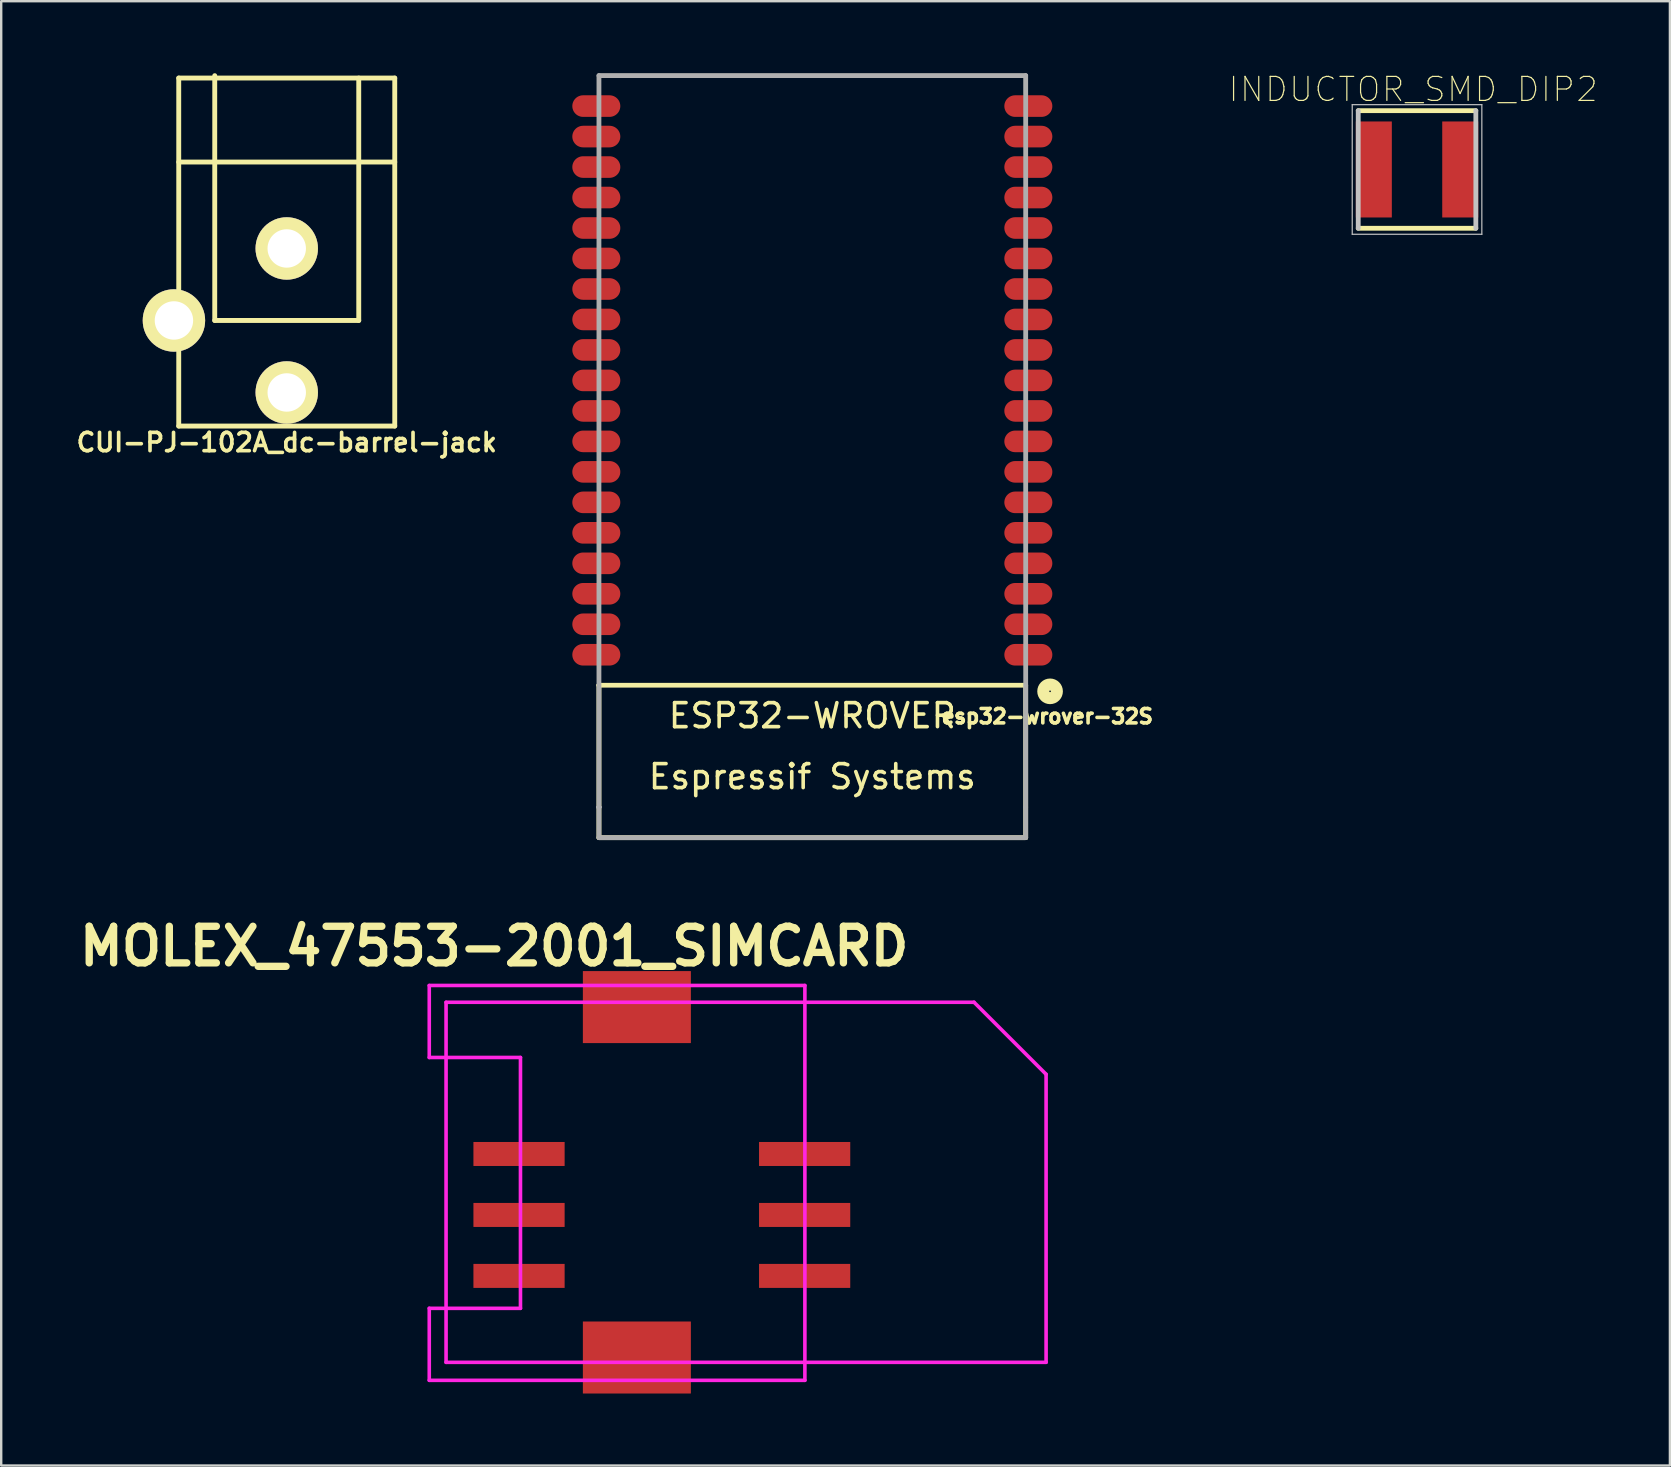
<source format=kicad_pcb>
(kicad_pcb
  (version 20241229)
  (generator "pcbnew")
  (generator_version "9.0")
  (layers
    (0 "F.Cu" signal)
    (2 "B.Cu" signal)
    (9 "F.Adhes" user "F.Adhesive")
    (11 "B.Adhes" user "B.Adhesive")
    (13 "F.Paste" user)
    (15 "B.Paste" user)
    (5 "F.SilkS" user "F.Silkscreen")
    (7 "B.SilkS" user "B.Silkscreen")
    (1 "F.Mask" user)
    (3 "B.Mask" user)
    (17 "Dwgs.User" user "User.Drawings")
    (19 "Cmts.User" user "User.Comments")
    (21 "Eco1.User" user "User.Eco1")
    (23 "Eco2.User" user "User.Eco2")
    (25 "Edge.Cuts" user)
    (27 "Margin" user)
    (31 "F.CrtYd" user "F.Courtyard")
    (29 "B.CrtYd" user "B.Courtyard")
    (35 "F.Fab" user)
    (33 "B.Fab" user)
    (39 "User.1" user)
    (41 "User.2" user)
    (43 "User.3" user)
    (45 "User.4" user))
  (footprint "MOLEX_47553-2001_SIMCARD"
    (layer "F.Cu")
    (at 14.835 38.01)
    (property "Reference" "MOLEX_47553-2001_SIMCARD" (at 2.705 -1.633 0) (layer "F.SilkS") (effects (font (size 1.524 1.524) (thickness 0.305))))
    (attr through_hole)
    (fp_line (start 0 0) (end 0 3) (stroke (width 0.15) (type solid)) (layer "F.CrtYd"))
    (fp_line (start 0 3) (end 3.8 3) (stroke (width 0.15) (type solid)) (layer "F.CrtYd"))
    (fp_line (start 0 13.45) (end 0 16.45) (stroke (width 0.15) (type solid)) (layer "F.CrtYd"))
    (fp_line (start 0 16.45) (end 15.65 16.45) (stroke (width 0.15) (type solid)) (layer "F.CrtYd"))
    (fp_line (start 0.7 0.7) (end 22.7 0.7) (stroke (width 0.15) (type solid)) (layer "F.CrtYd"))
    (fp_line (start 0.7 15.701) (end 0.7 0.7) (stroke (width 0.15) (type solid)) (layer "F.CrtYd"))
    (fp_line (start 3.8 3) (end 3.8 13.45) (stroke (width 0.15) (type solid)) (layer "F.CrtYd"))
    (fp_line (start 3.8 13.45) (end 0 13.45) (stroke (width 0.15) (type solid)) (layer "F.CrtYd"))
    (fp_line (start 15.65 0) (end 0 0) (stroke (width 0.15) (type solid)) (layer "F.CrtYd"))
    (fp_line (start 15.65 16.45) (end 15.65 0) (stroke (width 0.15) (type solid)) (layer "F.CrtYd"))
    (fp_line (start 25.7 3.7) (end 22.698 0.698) (stroke (width 0.15) (type solid)) (layer "F.CrtYd"))
    (fp_line (start 25.7 3.7) (end 25.7 15.699) (stroke (width 0.15) (type solid)) (layer "F.CrtYd"))
    (fp_line (start 25.7 15.7) (end 0.7 15.701) (stroke (width 0.15) (type solid)) (layer "F.CrtYd"))
    (pad "" smd rect (at 8.65 0.9) (size 4.5 3) (layers "F.Cu" "F.Mask" "F.Paste"))
    (pad "" smd rect (at 8.65 15.5) (size 4.5 3) (layers "F.Cu" "F.Mask" "F.Paste"))
    (pad "1" smd rect (at 3.74 12.1) (size 3.8 1) (layers "F.Cu" "F.Mask" "F.Paste"))
    (pad "2" smd rect (at 3.74 9.56) (size 3.8 1) (layers "F.Cu" "F.Mask" "F.Paste"))
    (pad "3" smd rect (at 3.74 7.02) (size 3.8 1) (layers "F.Cu" "F.Mask" "F.Paste"))
    (pad "4" smd rect (at 15.64 12.1) (size 3.8 1) (layers "F.Cu" "F.Mask" "F.Paste"))
    (pad "5" smd rect (at 15.64 9.56) (size 3.8 1) (layers "F.Cu" "F.Mask" "F.Paste"))
    (pad "6" smd rect (at 15.64 7.02) (size 3.8 1) (layers "F.Cu" "F.Mask" "F.Paste")))
  (footprint "esp32-wrover-32S"
    (layer "F.Cu")
    (at 30.795 14.07)
    (property "Reference" "esp32-wrover-32S" (at 9.789 12.728 0) (layer "F.SilkS") (effects (font (size 0.6 0.6) (thickness 0.15))))
    (attr through_hole)
    (fp_line (start -8.89 -13.97) (end 8.89 -13.97) (stroke (width 0.15) (type solid)) (layer "F.SilkS"))
    (fp_line (start -8.89 -13.208) (end -8.89 -13.97) (stroke (width 0.15) (type solid)) (layer "F.SilkS"))
    (fp_line (start -8.89 11.43) (end -8.89 11.43) (stroke (width 0.2) (type solid)) (layer "F.SilkS"))
    (fp_line (start -8.89 11.43) (end -8.89 11.43) (stroke (width 0.2) (type solid)) (layer "F.SilkS"))
    (fp_line (start -8.89 11.43) (end 8.89 11.43) (stroke (width 0.2) (type solid)) (layer "F.SilkS"))
    (fp_line (start -8.89 17.78) (end -8.89 11.43) (stroke (width 0.2) (type solid)) (layer "F.SilkS"))
    (fp_line (start 8.89 -13.97) (end 8.89 -13.208) (stroke (width 0.15) (type solid)) (layer "F.SilkS"))
    (fp_line (start 8.89 11.43) (end 8.89 17.78) (stroke (width 0.2) (type solid)) (layer "F.SilkS"))
    (fp_line (start 8.89 17.78) (end -8.89 17.78) (stroke (width 0.2) (type solid)) (layer "F.SilkS"))
    (fp_circle (center 9.906 11.684) (end 10.033 11.938) (stroke (width 0.5) (type solid)) (fill no) (layer "F.SilkS"))
    (fp_line (start -8.89 -13.97) (end -8.89 16.51) (stroke (width 0.2) (type solid)) (layer "F.Fab"))
    (fp_line (start -8.89 16.51) (end -8.89 16.51) (stroke (width 0.2) (type solid)) (layer "F.Fab"))
    (fp_line (start -8.89 16.51) (end -8.89 16.51) (stroke (width 0.2) (type solid)) (layer "F.Fab"))
    (fp_line (start -8.89 16.51) (end -8.89 16.51) (stroke (width 0.2) (type solid)) (layer "F.Fab"))
    (fp_line (start -8.89 16.51) (end -8.89 16.51) (stroke (width 0.2) (type solid)) (layer "F.Fab"))
    (fp_line (start -8.89 16.51) (end -8.89 16.51) (stroke (width 0.2) (type solid)) (layer "F.Fab"))
    (fp_line (start -8.89 17.78) (end -8.89 16.51) (stroke (width 0.2) (type solid)) (layer "F.Fab"))
    (fp_line (start 8.89 -13.97) (end -8.89 -13.97) (stroke (width 0.2) (type solid)) (layer "F.Fab"))
    (fp_line (start 8.89 16.51) (end 8.89 -13.97) (stroke (width 0.2) (type solid)) (layer "F.Fab"))
    (fp_line (start 8.89 16.51) (end 8.89 17.78) (stroke (width 0.2) (type solid)) (layer "F.Fab"))
    (fp_line (start 8.89 17.78) (end -8.89 17.78) (stroke (width 0.2) (type solid)) (layer "F.Fab"))
    (fp_text user "ESP32-WROVER" (at 0 12.7 0) (layer "F.SilkS") (effects (font (size 1 1) (thickness 0.15))))
    (fp_text user "Espressif Systems" (at 0 15.24 0) (layer "F.SilkS") (effects (font (size 1 1) (thickness 0.15))))
    (pad "1" smd oval (at 9 10.16) (size 2 0.9) (layers "F.Cu" "F.Mask" "F.Paste"))
    (pad "2" smd oval (at 9 8.89) (size 2 0.9) (layers "F.Cu" "F.Mask" "F.Paste"))
    (pad "3" smd oval (at 9 7.62) (size 2 0.9) (layers "F.Cu" "F.Mask" "F.Paste"))
    (pad "4" smd oval (at 9 6.35) (size 2 0.9) (layers "F.Cu" "F.Mask" "F.Paste"))
    (pad "5" smd oval (at 9 5.08) (size 2 0.9) (layers "F.Cu" "F.Mask" "F.Paste"))
    (pad "6" smd oval (at 9 3.81) (size 2 0.9) (layers "F.Cu" "F.Mask" "F.Paste"))
    (pad "7" smd oval (at 9 2.54) (size 2 0.9) (layers "F.Cu" "F.Mask" "F.Paste"))
    (pad "8" smd oval (at 9 1.27) (size 2 0.9) (layers "F.Cu" "F.Mask" "F.Paste"))
    (pad "9" smd oval (at 9 0) (size 2 0.9) (layers "F.Cu" "F.Mask" "F.Paste"))
    (pad "10" smd oval (at 9 -1.27) (size 2 0.9) (layers "F.Cu" "F.Mask" "F.Paste"))
    (pad "11" smd oval (at 9 -2.54) (size 2 0.9) (layers "F.Cu" "F.Mask" "F.Paste"))
    (pad "12" smd oval (at 9 -3.81) (size 2 0.9) (layers "F.Cu" "F.Mask" "F.Paste"))
    (pad "13" smd oval (at 9 -5.08) (size 2 0.9) (layers "F.Cu" "F.Mask" "F.Paste"))
    (pad "14" smd oval (at 9 -6.35) (size 2 0.9) (layers "F.Cu" "F.Mask" "F.Paste"))
    (pad "15" smd oval (at 9 -7.62) (size 2 0.9) (layers "F.Cu" "F.Mask" "F.Paste"))
    (pad "16" smd oval (at 9 -8.89) (size 2 0.9) (layers "F.Cu" "F.Mask" "F.Paste"))
    (pad "17" smd oval (at 9 -10.16) (size 2 0.9) (layers "F.Cu" "F.Mask" "F.Paste"))
    (pad "18" smd oval (at 9 -11.43) (size 2 0.9) (layers "F.Cu" "F.Mask" "F.Paste"))
    (pad "19" smd oval (at 9 -12.7) (size 2 0.9) (layers "F.Cu" "F.Mask" "F.Paste"))
    (pad "20" smd oval (at -9 -12.7) (size 2 0.9) (layers "F.Cu" "F.Mask" "F.Paste"))
    (pad "21" smd oval (at -9 -11.43) (size 2 0.9) (layers "F.Cu" "F.Mask" "F.Paste"))
    (pad "22" smd oval (at -9 -10.16) (size 2 0.9) (layers "F.Cu" "F.Mask" "F.Paste"))
    (pad "23" smd oval (at -9 -8.89) (size 2 0.9) (layers "F.Cu" "F.Mask" "F.Paste"))
    (pad "24" smd oval (at -9 -7.62) (size 2 0.9) (layers "F.Cu" "F.Mask" "F.Paste"))
    (pad "25" smd oval (at -9 -6.35) (size 2 0.9) (layers "F.Cu" "F.Mask" "F.Paste"))
    (pad "26" smd oval (at -9 -5.08) (size 2 0.9) (layers "F.Cu" "F.Mask" "F.Paste"))
    (pad "27" smd oval (at -9 -3.81) (size 2 0.9) (layers "F.Cu" "F.Mask" "F.Paste"))
    (pad "28" smd oval (at -9 -2.54) (size 2 0.9) (layers "F.Cu" "F.Mask" "F.Paste"))
    (pad "29" smd oval (at -9 -1.27) (size 2 0.9) (layers "F.Cu" "F.Mask" "F.Paste"))
    (pad "30" smd oval (at -9 0) (size 2 0.9) (layers "F.Cu" "F.Mask" "F.Paste"))
    (pad "31" smd oval (at -9 1.27) (size 2 0.9) (layers "F.Cu" "F.Mask" "F.Paste"))
    (pad "32" smd oval (at -9 2.54) (size 2 0.9) (layers "F.Cu" "F.Mask" "F.Paste"))
    (pad "33" smd oval (at -9 3.81) (size 2 0.9) (layers "F.Cu" "F.Mask" "F.Paste"))
    (pad "34" smd oval (at -9 5.08) (size 2 0.9) (layers "F.Cu" "F.Mask" "F.Paste"))
    (pad "35" smd oval (at -9 6.35) (size 2 0.9) (layers "F.Cu" "F.Mask" "F.Paste"))
    (pad "36" smd oval (at -9 7.62) (size 2 0.9) (layers "F.Cu" "F.Mask" "F.Paste"))
    (pad "37" smd oval (at -9 8.89) (size 2 0.9) (layers "F.Cu" "F.Mask" "F.Paste"))
    (pad "38" smd oval (at -9 10.16) (size 2 0.9) (layers "F.Cu" "F.Mask" "F.Paste")))
  (footprint "CUI-PJ-102A_dc-barrel-jack"
    (layer "F.Cu")
    (at 8.897 10.302)
    (property "Reference" "CUI-PJ-102A_dc-barrel-jack" (at 0 5.08 0) (layer "F.SilkS") (effects (font (size 0.762 0.762) (thickness 0.152))))
    (attr through_hole)
    (fp_line (start -4.5 -10.1) (end -4.5 4.4) (stroke (width 0.203) (type solid)) (layer "F.SilkS"))
    (fp_line (start -4.5 -6.6) (end 4.5 -6.6) (stroke (width 0.203) (type solid)) (layer "F.SilkS"))
    (fp_line (start -4.5 4.4) (end 4.5 4.4) (stroke (width 0.203) (type solid)) (layer "F.SilkS"))
    (fp_line (start -3 0) (end -3 -10.2) (stroke (width 0.203) (type solid)) (layer "F.SilkS"))
    (fp_line (start 3 -10.1) (end 3 0) (stroke (width 0.203) (type solid)) (layer "F.SilkS"))
    (fp_line (start 3 0) (end -3 0) (stroke (width 0.203) (type solid)) (layer "F.SilkS"))
    (fp_line (start 4.5 -10.1) (end -4.5 -10.1) (stroke (width 0.203) (type solid)) (layer "F.SilkS"))
    (fp_line (start 4.5 4.4) (end 4.5 -10.1) (stroke (width 0.203) (type solid)) (layer "F.SilkS"))
    (pad "1" thru_hole circle (at 0 3) (size 2.6 2.6) (drill 1.6) (layers "*.Cu" "*.Mask" "F.SilkS"))
    (pad "2" thru_hole circle (at 0 -3) (size 2.6 2.6) (drill 1.6) (layers "*.Cu" "*.Mask" "F.SilkS"))
    (pad "3" thru_hole circle (at -4.7 0) (size 2.6 2.6) (drill 1.6) (layers "*.Cu" "*.Mask" "F.SilkS")))
  (footprint "INDUCTOR_SMD_DIP2"
    (layer "F.Cu")
    (at 55.99 4.011)
    (property "Reference" "INDUCTOR_SMD_DIP2" (at -0.16 -3.338 0) (layer "F.SilkS") (effects (font (size 1.001 1.001) (thickness 0.05))))
    (attr smd)
    (fp_line (start -2.45 -2.45) (end 2.45 -2.45) (stroke (width 0.2) (type solid)) (layer "F.SilkS"))
    (fp_line (start 2.45 2.45) (end -2.45 2.45) (stroke (width 0.2) (type solid)) (layer "F.SilkS"))
    (fp_line (start -2.7 -2.7) (end 2.7 -2.7) (stroke (width 0.05) (type solid)) (layer "Dwgs.User"))
    (fp_line (start -2.7 2.7) (end -2.7 -2.7) (stroke (width 0.05) (type solid)) (layer "Dwgs.User"))
    (fp_line (start -2.45 2.45) (end -2.45 -2.45) (stroke (width 0.2) (type solid)) (layer "Dwgs.User"))
    (fp_line (start 2.45 -2.45) (end 2.45 2.45) (stroke (width 0.2) (type solid)) (layer "Dwgs.User"))
    (fp_line (start 2.7 -2.7) (end 2.7 2.7) (stroke (width 0.05) (type solid)) (layer "Dwgs.User"))
    (fp_line (start 2.7 2.7) (end -2.7 2.7) (stroke (width 0.05) (type solid)) (layer "Dwgs.User"))
    (pad "1" smd rect (at -1.8 0) (size 1.5 4) (layers "F.Cu" "F.Mask" "F.Paste"))
    (pad "2" smd rect (at 1.8 0) (size 1.5 4) (layers "F.Cu" "F.Mask" "F.Paste")))
  (gr_rect
    (start -3 -3)
    (end 66.526 58.01)
    (stroke (width 0.1) (type default))
    (fill no)
    (layer "Edge.Cuts")))
</source>
